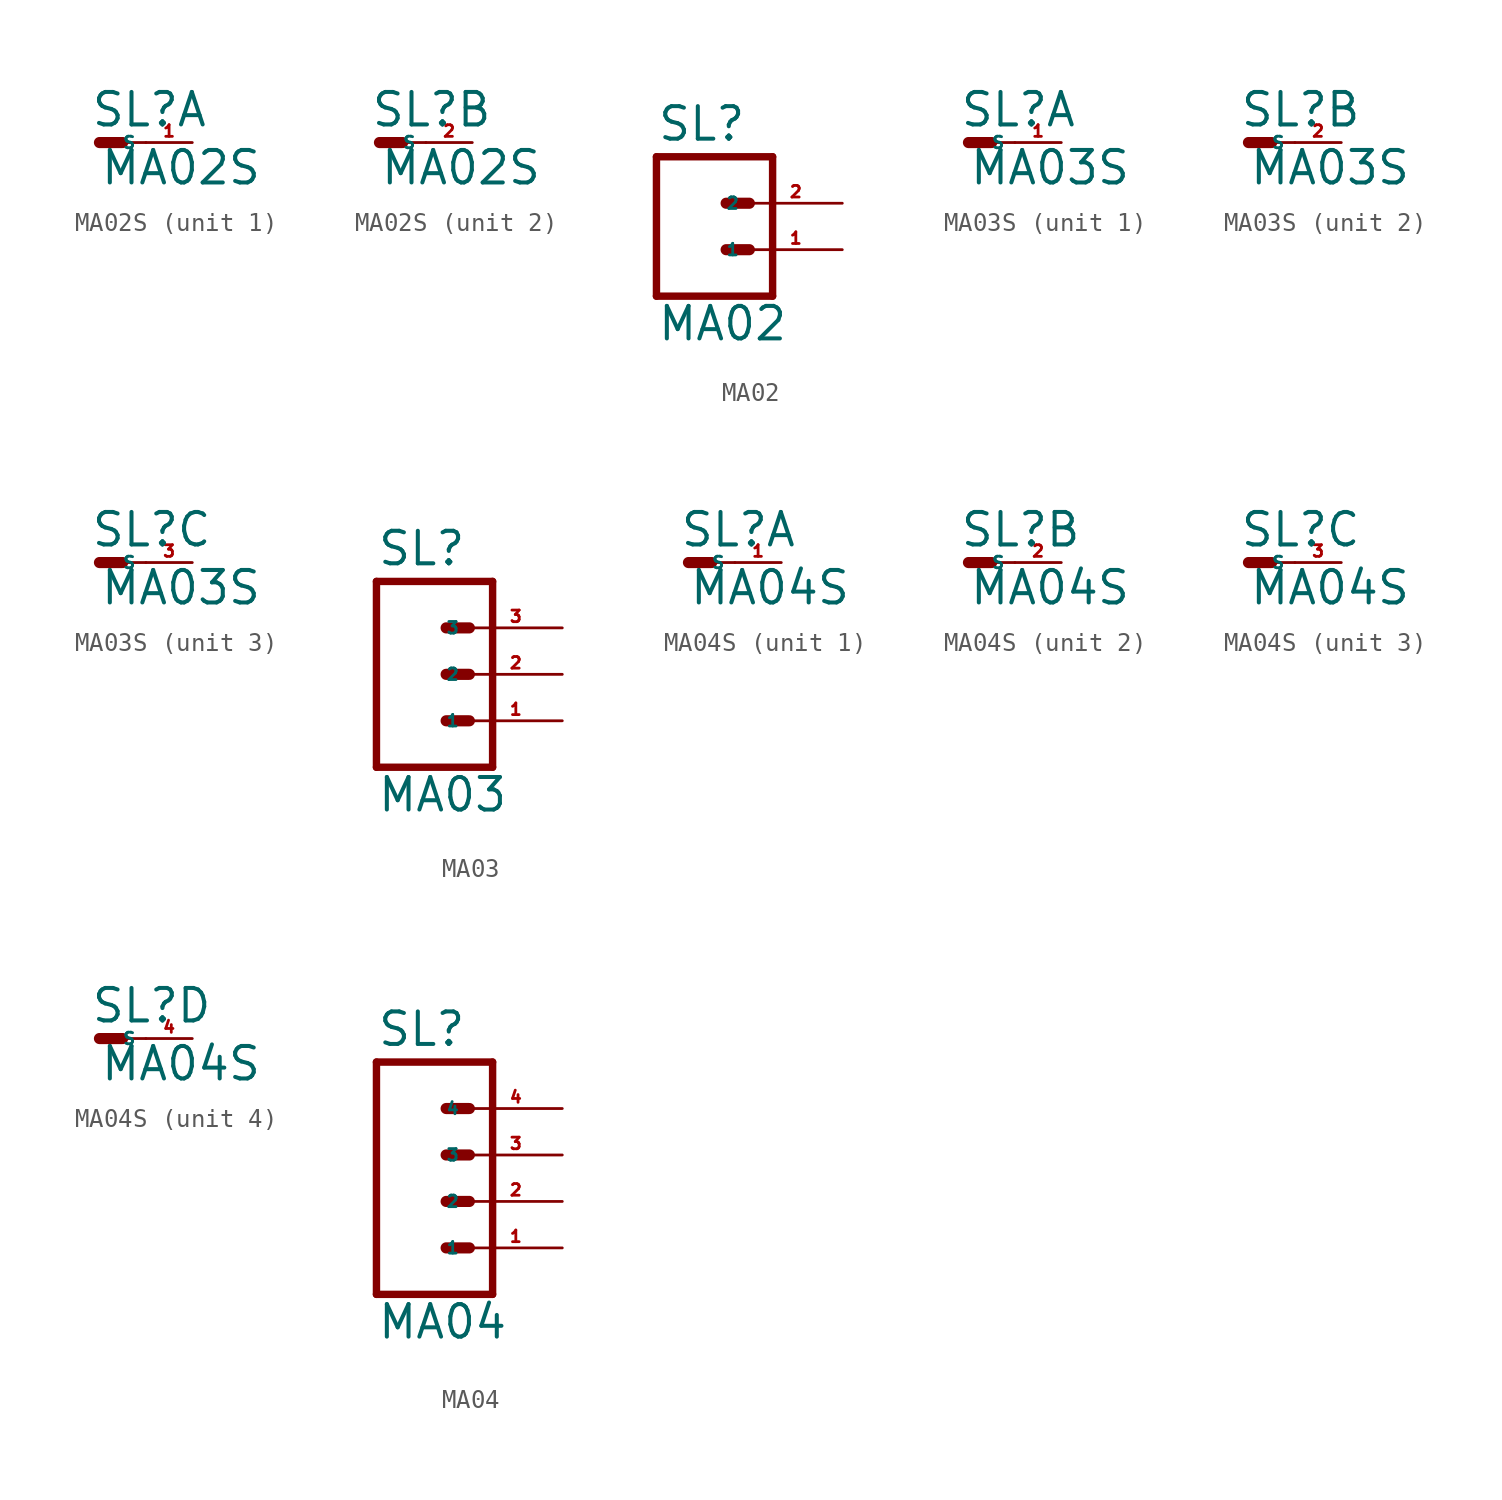
<source format=kicad_sym>
(kicad_symbol_lib
  (version 20220914)
  (generator Eagle2Kicad)
  (symbol "MA02S"
    (property "Reference" "SL"
      (at -0.508 0.762 0)
      (effects (font (size 1.778 1.778) (thickness 0.22)) (justify left bottom)))
    (property "Value" "MA02S"
      (at 0 -2.413 0)
      (effects (font (size 1.778 1.778) (thickness 0.22)) (justify left bottom)))
    (symbol "MA02S_1_0"
      (polyline (pts (xy 0 0) (xy 1.27 0)) (stroke (width 0.61) (type default)) (fill (type none)))
      (polyline (pts (xy 1.27 0) (xy 2.54 0)) (stroke (width 0.152) (type default)) (fill (type none)))
      (pin passive line (at 5.08 0 180) (length 2.54) (name "S" (effects (font (size 0.635 0.635) (thickness 0.08)) (justify left bottom))) (number "1" (effects (font (size 0.635 0.635) (thickness 0.08)) (justify left bottom)))))
    (symbol "MA02S_2_0"
      (polyline (pts (xy 0 0) (xy 1.27 0)) (stroke (width 0.61) (type default)) (fill (type none)))
      (polyline (pts (xy 1.27 0) (xy 2.54 0)) (stroke (width 0.152) (type default)) (fill (type none)))
      (pin passive line (at 5.08 0 180) (length 2.54) (name "S" (effects (font (size 0.635 0.635) (thickness 0.08)) (justify left bottom))) (number "2" (effects (font (size 0.635 0.635) (thickness 0.08)) (justify left bottom))))))
  (symbol "MA02"
    (property "Reference" "SL"
      (at -2.54 5.842 0)
      (effects (font (size 1.778 1.778) (thickness 0.22)) (justify left bottom)))
    (property "Value" "MA02"
      (at -2.54 -5.08 0)
      (effects (font (size 1.778 1.778) (thickness 0.22)) (justify left bottom)))
    (polyline
      (pts (xy 3.81 -2.54) (xy -2.54 -2.54))
      (stroke (width 0.406) (type default))
      (fill (type none)))
    (polyline
      (pts (xy 1.27 2.54) (xy 2.54 2.54))
      (stroke (width 0.61) (type default))
      (fill (type none)))
    (polyline
      (pts (xy 1.27 0) (xy 2.54 0))
      (stroke (width 0.61) (type default))
      (fill (type none)))
    (polyline
      (pts (xy -2.54 5.08) (xy -2.54 -2.54))
      (stroke (width 0.406) (type default))
      (fill (type none)))
    (polyline
      (pts (xy 3.81 -2.54) (xy 3.81 5.08))
      (stroke (width 0.406) (type default))
      (fill (type none)))
    (polyline
      (pts (xy -2.54 5.08) (xy 3.81 5.08))
      (stroke (width 0.406) (type default))
      (fill (type none)))
    (pin passive line
      (at 7.62 0 180)
      (length 5.08)
      (name "1" (effects (font (size 0.635 0.635) (thickness 0.08)) (justify left bottom)))
      (number "1" (effects (font (size 0.635 0.635) (thickness 0.08)) (justify left bottom))))
    (pin passive line
      (at 7.62 2.54 180)
      (length 5.08)
      (name "2" (effects (font (size 0.635 0.635) (thickness 0.08)) (justify left bottom)))
      (number "2" (effects (font (size 0.635 0.635) (thickness 0.08)) (justify left bottom)))))
  (symbol "MA03S"
    (property "Reference" "SL"
      (at -0.508 0.762 0)
      (effects (font (size 1.778 1.778) (thickness 0.22)) (justify left bottom)))
    (property "Value" "MA03S"
      (at 0 -2.413 0)
      (effects (font (size 1.778 1.778) (thickness 0.22)) (justify left bottom)))
    (symbol "MA03S_1_0"
      (polyline (pts (xy 0 0) (xy 1.27 0)) (stroke (width 0.61) (type default)) (fill (type none)))
      (polyline (pts (xy 1.27 0) (xy 2.54 0)) (stroke (width 0.152) (type default)) (fill (type none)))
      (pin passive line (at 5.08 0 180) (length 2.54) (name "S" (effects (font (size 0.635 0.635) (thickness 0.08)) (justify left bottom))) (number "1" (effects (font (size 0.635 0.635) (thickness 0.08)) (justify left bottom)))))
    (symbol "MA03S_2_0"
      (polyline (pts (xy 0 0) (xy 1.27 0)) (stroke (width 0.61) (type default)) (fill (type none)))
      (polyline (pts (xy 1.27 0) (xy 2.54 0)) (stroke (width 0.152) (type default)) (fill (type none)))
      (pin passive line (at 5.08 0 180) (length 2.54) (name "S" (effects (font (size 0.635 0.635) (thickness 0.08)) (justify left bottom))) (number "2" (effects (font (size 0.635 0.635) (thickness 0.08)) (justify left bottom)))))
    (symbol "MA03S_3_0"
      (polyline (pts (xy 0 0) (xy 1.27 0)) (stroke (width 0.61) (type default)) (fill (type none)))
      (polyline (pts (xy 1.27 0) (xy 2.54 0)) (stroke (width 0.152) (type default)) (fill (type none)))
      (pin passive line (at 5.08 0 180) (length 2.54) (name "S" (effects (font (size 0.635 0.635) (thickness 0.08)) (justify left bottom))) (number "3" (effects (font (size 0.635 0.635) (thickness 0.08)) (justify left bottom))))))
  (symbol "MA03"
    (property "Reference" "SL"
      (at -2.54 5.842 0)
      (effects (font (size 1.778 1.778) (thickness 0.22)) (justify left bottom)))
    (property "Value" "MA03"
      (at -2.54 -7.62 0)
      (effects (font (size 1.778 1.778) (thickness 0.22)) (justify left bottom)))
    (polyline
      (pts (xy 3.81 -5.08) (xy -2.54 -5.08))
      (stroke (width 0.406) (type default))
      (fill (type none)))
    (polyline
      (pts (xy 1.27 2.54) (xy 2.54 2.54))
      (stroke (width 0.61) (type default))
      (fill (type none)))
    (polyline
      (pts (xy 1.27 0) (xy 2.54 0))
      (stroke (width 0.61) (type default))
      (fill (type none)))
    (polyline
      (pts (xy 1.27 -2.54) (xy 2.54 -2.54))
      (stroke (width 0.61) (type default))
      (fill (type none)))
    (polyline
      (pts (xy -2.54 5.08) (xy -2.54 -5.08))
      (stroke (width 0.406) (type default))
      (fill (type none)))
    (polyline
      (pts (xy 3.81 -5.08) (xy 3.81 5.08))
      (stroke (width 0.406) (type default))
      (fill (type none)))
    (polyline
      (pts (xy -2.54 5.08) (xy 3.81 5.08))
      (stroke (width 0.406) (type default))
      (fill (type none)))
    (pin passive line
      (at 7.62 -2.54 180)
      (length 5.08)
      (name "1" (effects (font (size 0.635 0.635) (thickness 0.08)) (justify left bottom)))
      (number "1" (effects (font (size 0.635 0.635) (thickness 0.08)) (justify left bottom))))
    (pin passive line
      (at 7.62 0 180)
      (length 5.08)
      (name "2" (effects (font (size 0.635 0.635) (thickness 0.08)) (justify left bottom)))
      (number "2" (effects (font (size 0.635 0.635) (thickness 0.08)) (justify left bottom))))
    (pin passive line
      (at 7.62 2.54 180)
      (length 5.08)
      (name "3" (effects (font (size 0.635 0.635) (thickness 0.08)) (justify left bottom)))
      (number "3" (effects (font (size 0.635 0.635) (thickness 0.08)) (justify left bottom)))))
  (symbol "MA04S"
    (property "Reference" "SL"
      (at -0.508 0.762 0)
      (effects (font (size 1.778 1.778) (thickness 0.22)) (justify left bottom)))
    (property "Value" "MA04S"
      (at 0 -2.413 0)
      (effects (font (size 1.778 1.778) (thickness 0.22)) (justify left bottom)))
    (symbol "MA04S_1_0"
      (polyline (pts (xy 0 0) (xy 1.27 0)) (stroke (width 0.61) (type default)) (fill (type none)))
      (polyline (pts (xy 1.27 0) (xy 2.54 0)) (stroke (width 0.152) (type default)) (fill (type none)))
      (pin passive line (at 5.08 0 180) (length 2.54) (name "S" (effects (font (size 0.635 0.635) (thickness 0.08)) (justify left bottom))) (number "1" (effects (font (size 0.635 0.635) (thickness 0.08)) (justify left bottom)))))
    (symbol "MA04S_2_0"
      (polyline (pts (xy 0 0) (xy 1.27 0)) (stroke (width 0.61) (type default)) (fill (type none)))
      (polyline (pts (xy 1.27 0) (xy 2.54 0)) (stroke (width 0.152) (type default)) (fill (type none)))
      (pin passive line (at 5.08 0 180) (length 2.54) (name "S" (effects (font (size 0.635 0.635) (thickness 0.08)) (justify left bottom))) (number "2" (effects (font (size 0.635 0.635) (thickness 0.08)) (justify left bottom)))))
    (symbol "MA04S_3_0"
      (polyline (pts (xy 0 0) (xy 1.27 0)) (stroke (width 0.61) (type default)) (fill (type none)))
      (polyline (pts (xy 1.27 0) (xy 2.54 0)) (stroke (width 0.152) (type default)) (fill (type none)))
      (pin passive line (at 5.08 0 180) (length 2.54) (name "S" (effects (font (size 0.635 0.635) (thickness 0.08)) (justify left bottom))) (number "3" (effects (font (size 0.635 0.635) (thickness 0.08)) (justify left bottom)))))
    (symbol "MA04S_4_0"
      (polyline (pts (xy 0 0) (xy 1.27 0)) (stroke (width 0.61) (type default)) (fill (type none)))
      (polyline (pts (xy 1.27 0) (xy 2.54 0)) (stroke (width 0.152) (type default)) (fill (type none)))
      (pin passive line (at 5.08 0 180) (length 2.54) (name "S" (effects (font (size 0.635 0.635) (thickness 0.08)) (justify left bottom))) (number "4" (effects (font (size 0.635 0.635) (thickness 0.08)) (justify left bottom))))))
  (symbol "MA04"
    (property "Reference" "SL"
      (at -5.08 8.382 0)
      (effects (font (size 1.778 1.778) (thickness 0.22)) (justify left bottom)))
    (property "Value" "MA04"
      (at -5.08 -7.62 0)
      (effects (font (size 1.778 1.778) (thickness 0.22)) (justify left bottom)))
    (polyline
      (pts (xy 1.27 -5.08) (xy -5.08 -5.08))
      (stroke (width 0.406) (type default))
      (fill (type none)))
    (polyline
      (pts (xy -1.27 2.54) (xy 0 2.54))
      (stroke (width 0.61) (type default))
      (fill (type none)))
    (polyline
      (pts (xy -1.27 0) (xy 0 0))
      (stroke (width 0.61) (type default))
      (fill (type none)))
    (polyline
      (pts (xy -1.27 -2.54) (xy 0 -2.54))
      (stroke (width 0.61) (type default))
      (fill (type none)))
    (polyline
      (pts (xy -5.08 7.62) (xy -5.08 -5.08))
      (stroke (width 0.406) (type default))
      (fill (type none)))
    (polyline
      (pts (xy 1.27 -5.08) (xy 1.27 7.62))
      (stroke (width 0.406) (type default))
      (fill (type none)))
    (polyline
      (pts (xy -5.08 7.62) (xy 1.27 7.62))
      (stroke (width 0.406) (type default))
      (fill (type none)))
    (polyline
      (pts (xy -1.27 5.08) (xy 0 5.08))
      (stroke (width 0.61) (type default))
      (fill (type none)))
    (pin passive line
      (at 5.08 -2.54 180)
      (length 5.08)
      (name "1" (effects (font (size 0.635 0.635) (thickness 0.08)) (justify left bottom)))
      (number "1" (effects (font (size 0.635 0.635) (thickness 0.08)) (justify left bottom))))
    (pin passive line
      (at 5.08 0 180)
      (length 5.08)
      (name "2" (effects (font (size 0.635 0.635) (thickness 0.08)) (justify left bottom)))
      (number "2" (effects (font (size 0.635 0.635) (thickness 0.08)) (justify left bottom))))
    (pin passive line
      (at 5.08 2.54 180)
      (length 5.08)
      (name "3" (effects (font (size 0.635 0.635) (thickness 0.08)) (justify left bottom)))
      (number "3" (effects (font (size 0.635 0.635) (thickness 0.08)) (justify left bottom))))
    (pin passive line
      (at 5.08 5.08 180)
      (length 5.08)
      (name "4" (effects (font (size 0.635 0.635) (thickness 0.08)) (justify left bottom)))
      (number "4" (effects (font (size 0.635 0.635) (thickness 0.08)) (justify left bottom))))))
</source>
